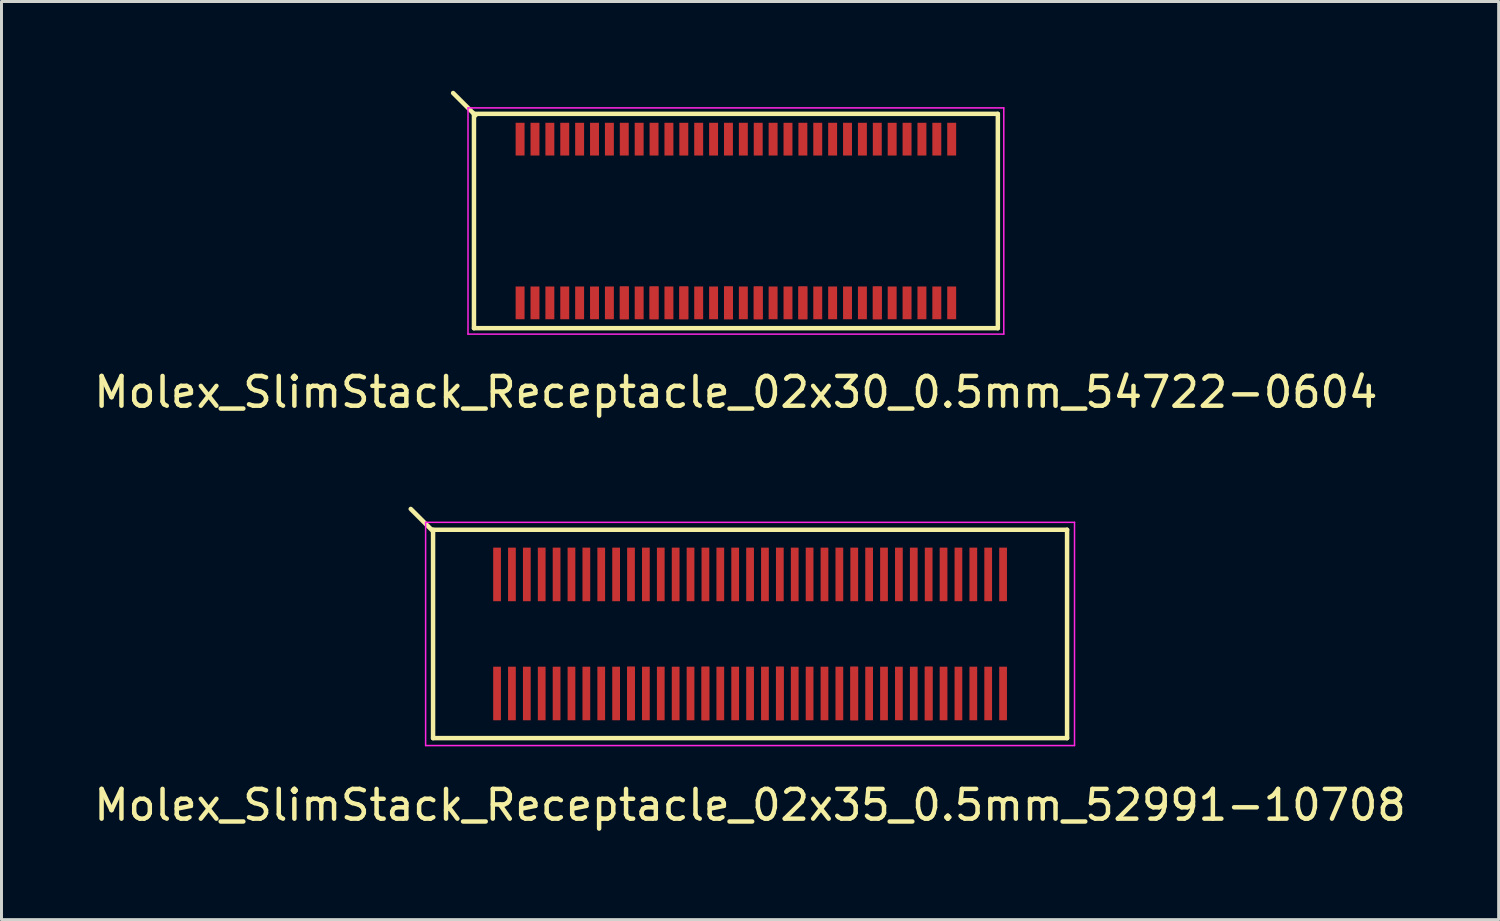
<source format=kicad_pcb>
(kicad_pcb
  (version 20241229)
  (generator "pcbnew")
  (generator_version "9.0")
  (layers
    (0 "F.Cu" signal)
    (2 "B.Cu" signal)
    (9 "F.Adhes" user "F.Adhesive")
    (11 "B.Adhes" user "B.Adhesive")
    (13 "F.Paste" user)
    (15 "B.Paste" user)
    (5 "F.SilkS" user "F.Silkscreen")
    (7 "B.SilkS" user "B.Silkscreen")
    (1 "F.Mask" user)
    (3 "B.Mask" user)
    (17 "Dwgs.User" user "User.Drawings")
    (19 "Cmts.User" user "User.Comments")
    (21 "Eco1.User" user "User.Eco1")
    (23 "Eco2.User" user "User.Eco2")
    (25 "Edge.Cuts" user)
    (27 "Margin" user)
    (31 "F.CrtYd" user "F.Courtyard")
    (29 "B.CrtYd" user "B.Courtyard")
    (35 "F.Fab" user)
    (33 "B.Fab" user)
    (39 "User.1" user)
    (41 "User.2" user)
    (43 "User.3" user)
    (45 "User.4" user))
  (footprint "Molex_SlimStack_Receptacle_02x35_0.5mm_52991-10708"
    (layer "F.Cu")
    (at 22.149 18.248)
    (property "Reference" "Molex_SlimStack_Receptacle_02x35_0.5mm_52991-10708" (at 0 5.75 0) (layer "F.SilkS") (effects (font (size 1 1) (thickness 0.15))))
    (attr smd)
    (fp_line (start -10.65 -3.5) (end -10.65 3.5) (stroke (width 0.15) (type solid)) (layer "F.SilkS"))
    (fp_line (start -10.65 -3.45) (end -11.4 -4.2) (stroke (width 0.15) (type solid)) (layer "F.SilkS"))
    (fp_line (start -10.65 3.5) (end 10.65 3.5) (stroke (width 0.15) (type solid)) (layer "F.SilkS"))
    (fp_line (start 10.65 -3.5) (end -10.65 -3.5) (stroke (width 0.15) (type solid)) (layer "F.SilkS"))
    (fp_line (start 10.65 3.5) (end 10.65 -3.5) (stroke (width 0.15) (type solid)) (layer "F.SilkS"))
    (fp_line (start -10.9 -3.75) (end -10.9 3.75) (stroke (width 0.05) (type solid)) (layer "F.CrtYd"))
    (fp_line (start -10.9 3.75) (end 10.9 3.75) (stroke (width 0.05) (type solid)) (layer "F.CrtYd"))
    (fp_line (start 10.9 -3.75) (end -10.9 -3.75) (stroke (width 0.05) (type solid)) (layer "F.CrtYd"))
    (fp_line (start 10.9 3.75) (end 10.9 -3.75) (stroke (width 0.05) (type solid)) (layer "F.CrtYd"))
    (pad "1" smd rect (at -8.5 -2) (size 0.26 1.8) (layers "F.Cu" "F.Mask" "F.Paste"))
    (pad "2" smd rect (at -8.5 2) (size 0.26 1.8) (layers "F.Cu" "F.Mask" "F.Paste"))
    (pad "3" smd rect (at -8 -2) (size 0.26 1.8) (layers "F.Cu" "F.Mask" "F.Paste"))
    (pad "4" smd rect (at -8 2) (size 0.26 1.8) (layers "F.Cu" "F.Mask" "F.Paste"))
    (pad "5" smd rect (at -7.5 -2) (size 0.26 1.8) (layers "F.Cu" "F.Mask" "F.Paste"))
    (pad "6" smd rect (at -7.5 2) (size 0.26 1.8) (layers "F.Cu" "F.Mask" "F.Paste"))
    (pad "7" smd rect (at -7 -2) (size 0.26 1.8) (layers "F.Cu" "F.Mask" "F.Paste"))
    (pad "8" smd rect (at -7 2) (size 0.26 1.8) (layers "F.Cu" "F.Mask" "F.Paste"))
    (pad "9" smd rect (at -6.5 -2) (size 0.26 1.8) (layers "F.Cu" "F.Mask" "F.Paste"))
    (pad "10" smd rect (at -6.5 2) (size 0.26 1.8) (layers "F.Cu" "F.Mask" "F.Paste"))
    (pad "11" smd rect (at -6 -2) (size 0.26 1.8) (layers "F.Cu" "F.Mask" "F.Paste"))
    (pad "12" smd rect (at -6 2) (size 0.26 1.8) (layers "F.Cu" "F.Mask" "F.Paste"))
    (pad "13" smd rect (at -5.5 -2) (size 0.26 1.8) (layers "F.Cu" "F.Mask" "F.Paste"))
    (pad "14" smd rect (at -5.5 2) (size 0.26 1.8) (layers "F.Cu" "F.Mask" "F.Paste"))
    (pad "15" smd rect (at -5 -2) (size 0.26 1.8) (layers "F.Cu" "F.Mask" "F.Paste"))
    (pad "16" smd rect (at -5 2) (size 0.26 1.8) (layers "F.Cu" "F.Mask" "F.Paste"))
    (pad "17" smd rect (at -4.5 -2) (size 0.26 1.8) (layers "F.Cu" "F.Mask" "F.Paste"))
    (pad "18" smd rect (at -4.5 2) (size 0.26 1.8) (layers "F.Cu" "F.Mask" "F.Paste"))
    (pad "19" smd rect (at -4 -2) (size 0.26 1.8) (layers "F.Cu" "F.Mask" "F.Paste"))
    (pad "20" smd rect (at -4 2) (size 0.26 1.8) (layers "F.Cu" "F.Mask" "F.Paste"))
    (pad "20" smd rect (at -4 2) (size 0.26 1.8) (layers "F.Cu" "F.Mask" "F.Paste"))
    (pad "21" smd rect (at -3.5 -2) (size 0.26 1.8) (layers "F.Cu" "F.Mask" "F.Paste"))
    (pad "22" smd rect (at -3.5 2) (size 0.26 1.8) (layers "F.Cu" "F.Mask" "F.Paste"))
    (pad "23" smd rect (at -3 -2) (size 0.26 1.8) (layers "F.Cu" "F.Mask" "F.Paste"))
    (pad "24" smd rect (at -3 2) (size 0.26 1.8) (layers "F.Cu" "F.Mask" "F.Paste"))
    (pad "25" smd rect (at -2.5 -2) (size 0.26 1.8) (layers "F.Cu" "F.Mask" "F.Paste"))
    (pad "26" smd rect (at -2.5 2) (size 0.26 1.8) (layers "F.Cu" "F.Mask" "F.Paste"))
    (pad "27" smd rect (at -2 -2) (size 0.26 1.8) (layers "F.Cu" "F.Mask" "F.Paste"))
    (pad "28" smd rect (at -2 2) (size 0.26 1.8) (layers "F.Cu" "F.Mask" "F.Paste"))
    (pad "29" smd rect (at -1.5 -2) (size 0.26 1.8) (layers "F.Cu" "F.Mask" "F.Paste"))
    (pad "30" smd rect (at -1.5 2) (size 0.26 1.8) (layers "F.Cu" "F.Mask" "F.Paste"))
    (pad "30" smd rect (at -1.5 2) (size 0.26 1.8) (layers "F.Cu" "F.Mask" "F.Paste"))
    (pad "31" smd rect (at -1 -2) (size 0.26 1.8) (layers "F.Cu" "F.Mask" "F.Paste"))
    (pad "32" smd rect (at -1 2) (size 0.26 1.8) (layers "F.Cu" "F.Mask" "F.Paste"))
    (pad "33" smd rect (at -0.5 -2) (size 0.26 1.8) (layers "F.Cu" "F.Mask" "F.Paste"))
    (pad "34" smd rect (at -0.5 2) (size 0.26 1.8) (layers "F.Cu" "F.Mask" "F.Paste"))
    (pad "35" smd rect (at 0 -2) (size 0.26 1.8) (layers "F.Cu" "F.Mask" "F.Paste"))
    (pad "36" smd rect (at 0 2) (size 0.26 1.8) (layers "F.Cu" "F.Mask" "F.Paste"))
    (pad "37" smd rect (at 0.5 -2) (size 0.26 1.8) (layers "F.Cu" "F.Mask" "F.Paste"))
    (pad "38" smd rect (at 0.5 2) (size 0.26 1.8) (layers "F.Cu" "F.Mask" "F.Paste"))
    (pad "39" smd rect (at 1 -2) (size 0.26 1.8) (layers "F.Cu" "F.Mask" "F.Paste"))
    (pad "40" smd rect (at 1 2) (size 0.26 1.8) (layers "F.Cu" "F.Mask" "F.Paste"))
    (pad "40" smd rect (at 1 2) (size 0.26 1.8) (layers "F.Cu" "F.Mask" "F.Paste"))
    (pad "41" smd rect (at 1.5 -2) (size 0.26 1.8) (layers "F.Cu" "F.Mask" "F.Paste"))
    (pad "42" smd rect (at 1.5 2) (size 0.26 1.8) (layers "F.Cu" "F.Mask" "F.Paste"))
    (pad "43" smd rect (at 2 -2) (size 0.26 1.8) (layers "F.Cu" "F.Mask" "F.Paste"))
    (pad "44" smd rect (at 2 2) (size 0.26 1.8) (layers "F.Cu" "F.Mask" "F.Paste"))
    (pad "45" smd rect (at 2.5 -2) (size 0.26 1.8) (layers "F.Cu" "F.Mask" "F.Paste"))
    (pad "46" smd rect (at 2.5 2) (size 0.26 1.8) (layers "F.Cu" "F.Mask" "F.Paste"))
    (pad "47" smd rect (at 3 -2) (size 0.26 1.8) (layers "F.Cu" "F.Mask" "F.Paste"))
    (pad "48" smd rect (at 3 2) (size 0.26 1.8) (layers "F.Cu" "F.Mask" "F.Paste"))
    (pad "49" smd rect (at 3.5 -2) (size 0.26 1.8) (layers "F.Cu" "F.Mask" "F.Paste"))
    (pad "50" smd rect (at 3.5 2) (size 0.26 1.8) (layers "F.Cu" "F.Mask" "F.Paste"))
    (pad "50" smd rect (at 3.5 2) (size 0.26 1.8) (layers "F.Cu" "F.Mask" "F.Paste"))
    (pad "51" smd rect (at 4 -2) (size 0.26 1.8) (layers "F.Cu" "F.Mask" "F.Paste"))
    (pad "52" smd rect (at 4 2) (size 0.26 1.8) (layers "F.Cu" "F.Mask" "F.Paste"))
    (pad "53" smd rect (at 4.5 -2) (size 0.26 1.8) (layers "F.Cu" "F.Mask" "F.Paste"))
    (pad "54" smd rect (at 4.5 2) (size 0.26 1.8) (layers "F.Cu" "F.Mask" "F.Paste"))
    (pad "55" smd rect (at 5 -2) (size 0.26 1.8) (layers "F.Cu" "F.Mask" "F.Paste"))
    (pad "56" smd rect (at 5 2) (size 0.26 1.8) (layers "F.Cu" "F.Mask" "F.Paste"))
    (pad "57" smd rect (at 5.5 -2) (size 0.26 1.8) (layers "F.Cu" "F.Mask" "F.Paste"))
    (pad "58" smd rect (at 5.5 2) (size 0.26 1.8) (layers "F.Cu" "F.Mask" "F.Paste"))
    (pad "59" smd rect (at 6 -2) (size 0.26 1.8) (layers "F.Cu" "F.Mask" "F.Paste"))
    (pad "60" smd rect (at 6 2) (size 0.26 1.8) (layers "F.Cu" "F.Mask" "F.Paste"))
    (pad "60" smd rect (at 6 2) (size 0.26 1.8) (layers "F.Cu" "F.Mask" "F.Paste"))
    (pad "61" smd rect (at 6.5 -2) (size 0.26 1.8) (layers "F.Cu" "F.Mask" "F.Paste"))
    (pad "62" smd rect (at 6.5 2) (size 0.26 1.8) (layers "F.Cu" "F.Mask" "F.Paste"))
    (pad "63" smd rect (at 7 -2) (size 0.26 1.8) (layers "F.Cu" "F.Mask" "F.Paste"))
    (pad "64" smd rect (at 7 2) (size 0.26 1.8) (layers "F.Cu" "F.Mask" "F.Paste"))
    (pad "65" smd rect (at 7.5 -2) (size 0.26 1.8) (layers "F.Cu" "F.Mask" "F.Paste"))
    (pad "66" smd rect (at 7.5 2) (size 0.26 1.8) (layers "F.Cu" "F.Mask" "F.Paste"))
    (pad "67" smd rect (at 8 -2) (size 0.26 1.8) (layers "F.Cu" "F.Mask" "F.Paste"))
    (pad "68" smd rect (at 8 2) (size 0.26 1.8) (layers "F.Cu" "F.Mask" "F.Paste"))
    (pad "69" smd rect (at 8.5 -2) (size 0.26 1.8) (layers "F.Cu" "F.Mask" "F.Paste"))
    (pad "70" smd rect (at 8.5 2) (size 0.26 1.8) (layers "F.Cu" "F.Mask" "F.Paste")))
  (footprint "Molex_SlimStack_Receptacle_02x30_0.5mm_54722-0604"
    (layer "F.Cu")
    (at 21.673 4.375)
    (property "Reference" "Molex_SlimStack_Receptacle_02x30_0.5mm_54722-0604" (at 0 5.75 0) (layer "F.SilkS") (effects (font (size 1 1) (thickness 0.15))))
    (attr smd)
    (fp_line (start -8.8 -3.6) (end -8.8 3.6) (stroke (width 0.15) (type solid)) (layer "F.SilkS"))
    (fp_line (start -8.8 3.6) (end 8.8 3.6) (stroke (width 0.15) (type solid)) (layer "F.SilkS"))
    (fp_line (start -8.75 -3.55) (end -9.5 -4.3) (stroke (width 0.15) (type solid)) (layer "F.SilkS"))
    (fp_line (start 8.8 -3.6) (end -8.8 -3.6) (stroke (width 0.15) (type solid)) (layer "F.SilkS"))
    (fp_line (start 8.8 3.6) (end 8.8 -3.6) (stroke (width 0.15) (type solid)) (layer "F.SilkS"))
    (fp_line (start -9 -3.8) (end -9 3.8) (stroke (width 0.05) (type solid)) (layer "F.CrtYd"))
    (fp_line (start -9 3.8) (end 9 3.8) (stroke (width 0.05) (type solid)) (layer "F.CrtYd"))
    (fp_line (start 9 -3.8) (end -9 -3.8) (stroke (width 0.05) (type solid)) (layer "F.CrtYd"))
    (fp_line (start 9 3.8) (end 9 -3.8) (stroke (width 0.05) (type solid)) (layer "F.CrtYd"))
    (pad "1" smd rect (at -7.25 -2.75) (size 0.3 1.1) (layers "F.Cu" "F.Mask" "F.Paste"))
    (pad "2" smd rect (at -7.25 2.75) (size 0.3 1.1) (layers "F.Cu" "F.Mask" "F.Paste"))
    (pad "3" smd rect (at -6.75 -2.75) (size 0.3 1.1) (layers "F.Cu" "F.Mask" "F.Paste"))
    (pad "4" smd rect (at -6.75 2.75) (size 0.3 1.1) (layers "F.Cu" "F.Mask" "F.Paste"))
    (pad "5" smd rect (at -6.25 -2.75) (size 0.3 1.1) (layers "F.Cu" "F.Mask" "F.Paste"))
    (pad "6" smd rect (at -6.25 2.75) (size 0.3 1.1) (layers "F.Cu" "F.Mask" "F.Paste"))
    (pad "7" smd rect (at -5.75 -2.75) (size 0.3 1.1) (layers "F.Cu" "F.Mask" "F.Paste"))
    (pad "8" smd rect (at -5.75 2.75) (size 0.3 1.1) (layers "F.Cu" "F.Mask" "F.Paste"))
    (pad "9" smd rect (at -5.25 -2.75) (size 0.3 1.1) (layers "F.Cu" "F.Mask" "F.Paste"))
    (pad "10" smd rect (at -5.25 2.75) (size 0.3 1.1) (layers "F.Cu" "F.Mask" "F.Paste"))
    (pad "11" smd rect (at -4.75 -2.75) (size 0.3 1.1) (layers "F.Cu" "F.Mask" "F.Paste"))
    (pad "12" smd rect (at -4.75 2.75) (size 0.3 1.1) (layers "F.Cu" "F.Mask" "F.Paste"))
    (pad "13" smd rect (at -4.25 -2.75) (size 0.3 1.1) (layers "F.Cu" "F.Mask" "F.Paste"))
    (pad "14" smd rect (at -4.25 2.75) (size 0.3 1.1) (layers "F.Cu" "F.Mask" "F.Paste"))
    (pad "15" smd rect (at -3.75 -2.75) (size 0.3 1.1) (layers "F.Cu" "F.Mask" "F.Paste"))
    (pad "16" smd rect (at -3.75 2.75) (size 0.3 1.1) (layers "F.Cu" "F.Mask" "F.Paste"))
    (pad "16" smd rect (at -3.75 2.75) (size 0.3 1.1) (layers "F.Cu" "F.Mask" "F.Paste"))
    (pad "17" smd rect (at -3.25 -2.75) (size 0.3 1.1) (layers "F.Cu" "F.Mask" "F.Paste"))
    (pad "18" smd rect (at -3.25 2.75) (size 0.3 1.1) (layers "F.Cu" "F.Mask" "F.Paste"))
    (pad "19" smd rect (at -2.75 -2.75) (size 0.3 1.1) (layers "F.Cu" "F.Mask" "F.Paste"))
    (pad "20" smd rect (at -2.75 2.75) (size 0.3 1.1) (layers "F.Cu" "F.Mask" "F.Paste"))
    (pad "20" smd rect (at -2.75 2.75) (size 0.3 1.1) (layers "F.Cu" "F.Mask" "F.Paste"))
    (pad "21" smd rect (at -2.25 -2.75) (size 0.3 1.1) (layers "F.Cu" "F.Mask" "F.Paste"))
    (pad "22" smd rect (at -2.25 2.75) (size 0.3 1.1) (layers "F.Cu" "F.Mask" "F.Paste"))
    (pad "23" smd rect (at -1.75 -2.75) (size 0.3 1.1) (layers "F.Cu" "F.Mask" "F.Paste"))
    (pad "24" smd rect (at -1.75 2.75) (size 0.3 1.1) (layers "F.Cu" "F.Mask" "F.Paste"))
    (pad "24" smd rect (at -1.75 2.75) (size 0.3 1.1) (layers "F.Cu" "F.Mask" "F.Paste"))
    (pad "25" smd rect (at -1.25 -2.75) (size 0.3 1.1) (layers "F.Cu" "F.Mask" "F.Paste"))
    (pad "26" smd rect (at -1.25 2.75) (size 0.3 1.1) (layers "F.Cu" "F.Mask" "F.Paste"))
    (pad "27" smd rect (at -0.75 -2.75) (size 0.3 1.1) (layers "F.Cu" "F.Mask" "F.Paste"))
    (pad "28" smd rect (at -0.75 2.75) (size 0.3 1.1) (layers "F.Cu" "F.Mask" "F.Paste"))
    (pad "29" smd rect (at -0.25 -2.75) (size 0.3 1.1) (layers "F.Cu" "F.Mask" "F.Paste"))
    (pad "30" smd rect (at -0.25 2.75) (size 0.3 1.1) (layers "F.Cu" "F.Mask" "F.Paste"))
    (pad "30" smd rect (at -0.25 2.75) (size 0.3 1.1) (layers "F.Cu" "F.Mask" "F.Paste"))
    (pad "31" smd rect (at 0.25 -2.75) (size 0.3 1.1) (layers "F.Cu" "F.Mask" "F.Paste"))
    (pad "32" smd rect (at 0.25 2.75) (size 0.3 1.1) (layers "F.Cu" "F.Mask" "F.Paste"))
    (pad "33" smd rect (at 0.75 -2.75) (size 0.3 1.1) (layers "F.Cu" "F.Mask" "F.Paste"))
    (pad "34" smd rect (at 0.75 2.75) (size 0.3 1.1) (layers "F.Cu" "F.Mask" "F.Paste"))
    (pad "34" smd rect (at 0.75 2.75) (size 0.3 1.1) (layers "F.Cu" "F.Mask" "F.Paste"))
    (pad "35" smd rect (at 1.25 -2.75) (size 0.3 1.1) (layers "F.Cu" "F.Mask" "F.Paste"))
    (pad "36" smd rect (at 1.25 2.75) (size 0.3 1.1) (layers "F.Cu" "F.Mask" "F.Paste"))
    (pad "37" smd rect (at 1.75 -2.75) (size 0.3 1.1) (layers "F.Cu" "F.Mask" "F.Paste"))
    (pad "38" smd rect (at 1.75 2.75) (size 0.3 1.1) (layers "F.Cu" "F.Mask" "F.Paste"))
    (pad "39" smd rect (at 2.25 -2.75) (size 0.3 1.1) (layers "F.Cu" "F.Mask" "F.Paste"))
    (pad "40" smd rect (at 2.25 2.75) (size 0.3 1.1) (layers "F.Cu" "F.Mask" "F.Paste"))
    (pad "40" smd rect (at 2.25 2.75) (size 0.3 1.1) (layers "F.Cu" "F.Mask" "F.Paste"))
    (pad "41" smd rect (at 2.75 -2.75) (size 0.3 1.1) (layers "F.Cu" "F.Mask" "F.Paste"))
    (pad "42" smd rect (at 2.75 2.75) (size 0.3 1.1) (layers "F.Cu" "F.Mask" "F.Paste"))
    (pad "43" smd rect (at 3.25 -2.75) (size 0.3 1.1) (layers "F.Cu" "F.Mask" "F.Paste"))
    (pad "44" smd rect (at 3.25 2.75) (size 0.3 1.1) (layers "F.Cu" "F.Mask" "F.Paste"))
    (pad "45" smd rect (at 3.75 -2.75) (size 0.3 1.1) (layers "F.Cu" "F.Mask" "F.Paste"))
    (pad "46" smd rect (at 3.75 2.75) (size 0.3 1.1) (layers "F.Cu" "F.Mask" "F.Paste"))
    (pad "47" smd rect (at 4.25 -2.75) (size 0.3 1.1) (layers "F.Cu" "F.Mask" "F.Paste"))
    (pad "48" smd rect (at 4.25 2.75) (size 0.3 1.1) (layers "F.Cu" "F.Mask" "F.Paste"))
    (pad "49" smd rect (at 4.75 -2.75) (size 0.3 1.1) (layers "F.Cu" "F.Mask" "F.Paste"))
    (pad "50" smd rect (at 4.75 2.75) (size 0.3 1.1) (layers "F.Cu" "F.Mask" "F.Paste"))
    (pad "50" smd rect (at 4.75 2.75) (size 0.3 1.1) (layers "F.Cu" "F.Mask" "F.Paste"))
    (pad "51" smd rect (at 5.25 -2.75) (size 0.3 1.1) (layers "F.Cu" "F.Mask" "F.Paste"))
    (pad "52" smd rect (at 5.25 2.75) (size 0.3 1.1) (layers "F.Cu" "F.Mask" "F.Paste"))
    (pad "53" smd rect (at 5.75 -2.75) (size 0.3 1.1) (layers "F.Cu" "F.Mask" "F.Paste"))
    (pad "54" smd rect (at 5.75 2.75) (size 0.3 1.1) (layers "F.Cu" "F.Mask" "F.Paste"))
    (pad "55" smd rect (at 6.25 -2.75) (size 0.3 1.1) (layers "F.Cu" "F.Mask" "F.Paste"))
    (pad "56" smd rect (at 6.25 2.75) (size 0.3 1.1) (layers "F.Cu" "F.Mask" "F.Paste"))
    (pad "57" smd rect (at 6.75 -2.75) (size 0.3 1.1) (layers "F.Cu" "F.Mask" "F.Paste"))
    (pad "58" smd rect (at 6.75 2.75) (size 0.3 1.1) (layers "F.Cu" "F.Mask" "F.Paste"))
    (pad "59" smd rect (at 7.25 -2.75) (size 0.3 1.1) (layers "F.Cu" "F.Mask" "F.Paste"))
    (pad "60" smd rect (at 7.25 2.75) (size 0.3 1.1) (layers "F.Cu" "F.Mask" "F.Paste")))
  (gr_rect
    (start -3 -3)
    (end 47.298 27.846)
    (stroke (width 0.1) (type default))
    (fill no)
    (layer "Edge.Cuts")))
</source>
